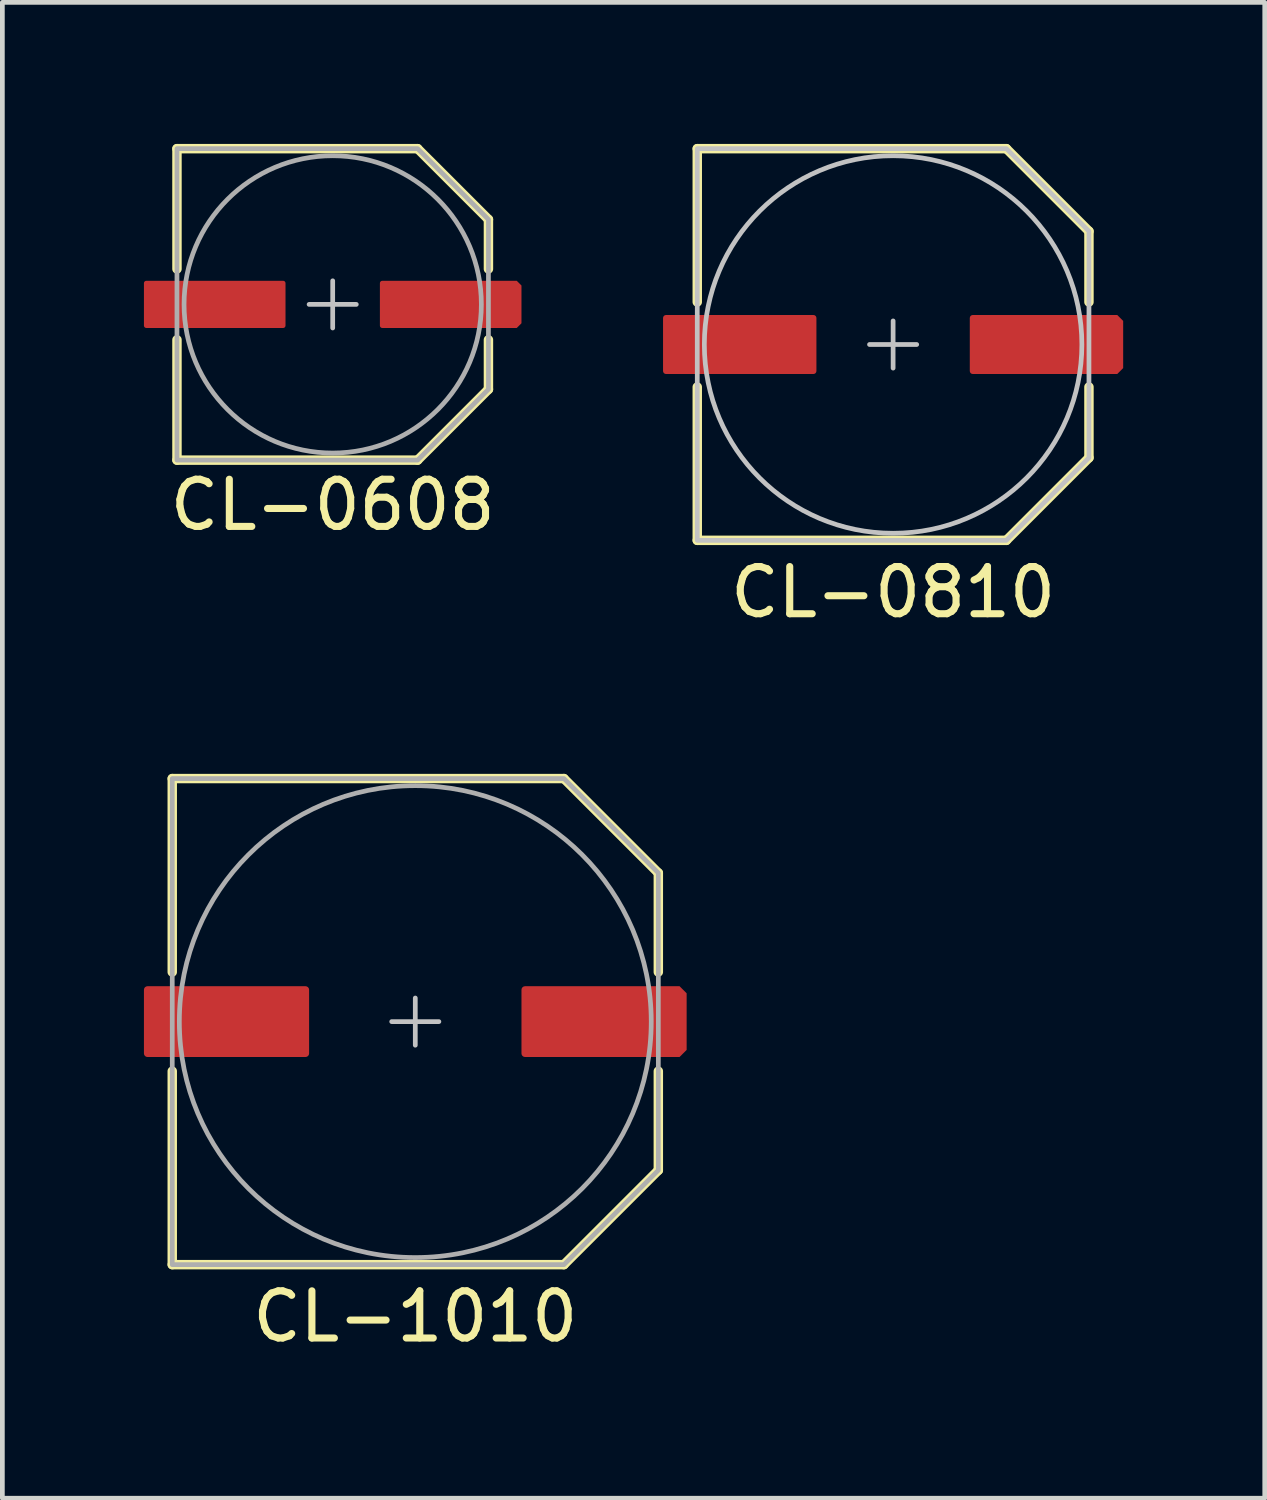
<source format=kicad_pcb>
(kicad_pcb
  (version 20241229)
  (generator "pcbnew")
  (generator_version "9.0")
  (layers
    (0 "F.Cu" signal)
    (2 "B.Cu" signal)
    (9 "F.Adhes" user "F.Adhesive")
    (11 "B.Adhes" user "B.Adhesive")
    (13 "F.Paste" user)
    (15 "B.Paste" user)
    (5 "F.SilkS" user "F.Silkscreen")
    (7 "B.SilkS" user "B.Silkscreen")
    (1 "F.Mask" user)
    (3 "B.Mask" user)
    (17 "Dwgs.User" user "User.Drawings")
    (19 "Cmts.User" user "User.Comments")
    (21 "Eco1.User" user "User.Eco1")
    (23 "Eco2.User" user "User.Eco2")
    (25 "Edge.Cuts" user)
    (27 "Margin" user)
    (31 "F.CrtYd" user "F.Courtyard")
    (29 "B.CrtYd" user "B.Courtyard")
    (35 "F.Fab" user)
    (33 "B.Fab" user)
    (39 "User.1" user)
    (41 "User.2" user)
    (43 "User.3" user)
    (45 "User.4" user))
  (footprint "CL-1010"
    (layer "F.Cu")
    (at 5.75 18.598)
    (property "Reference" "CL-1010" (at 0 6.25 0) (unlocked yes) (layer "F.SilkS") (effects (font (size 1 1) (thickness 0.15))))
    (attr smd)
    (fp_line (start -5.15 -5.15) (end 3.15 -5.15) (stroke (width 0.2) (type solid)) (layer "F.SilkS"))
    (fp_line (start -5.15 -1.05) (end -5.15 -5.15) (stroke (width 0.2) (type solid)) (layer "F.SilkS"))
    (fp_line (start -5.15 1.05) (end -5.15 5.15) (stroke (width 0.2) (type solid)) (layer "F.SilkS"))
    (fp_line (start -5.15 5.15) (end 3.15 5.15) (stroke (width 0.2) (type solid)) (layer "F.SilkS"))
    (fp_line (start 3.15 -5.15) (end 5.15 -3.15) (stroke (width 0.2) (type solid)) (layer "F.SilkS"))
    (fp_line (start 3.15 5.15) (end 5.15 3.15) (stroke (width 0.2) (type solid)) (layer "F.SilkS"))
    (fp_line (start 5.15 -3.15) (end 5.15 -1.05) (stroke (width 0.2) (type solid)) (layer "F.SilkS"))
    (fp_line (start 5.15 3.15) (end 5.15 1.05) (stroke (width 0.2) (type solid)) (layer "F.SilkS"))
    (fp_line (start -0.5 0) (end 0.5 0) (stroke (width 0.1) (type solid)) (layer "Dwgs.User"))
    (fp_line (start 0 -0.5) (end 0 0.5) (stroke (width 0.1) (type solid)) (layer "Dwgs.User"))
    (fp_circle (center 0 0) (end 5 0) (stroke (width 0.1) (type solid)) (fill no) (layer "F.Fab"))
    (fp_poly (pts (xy 5.15 -3.15) (xy 5.15 3.15) (xy 3.15 5.15) (xy -5.15 5.15) (xy -5.15 -5.15) (xy 3.15 -5.15)) (stroke (width 0.1) (type solid)) (fill no) (layer "F.Fab"))
    (pad "1" smd roundrect (at 4 0) (size 3.5 1.5) (layers "F.Cu" "F.Mask" "F.Paste") (roundrect_rratio 0.05) (chamfer_ratio 0.1) (chamfer top_right bottom_right))
    (pad "2" smd roundrect (at -4 0) (size 3.5 1.5) (layers "F.Cu" "F.Mask" "F.Paste") (roundrect_rratio 0.05)))
  (footprint "CL-0608"
    (layer "F.Cu")
    (at 4 3.4)
    (property "Reference" "CL-0608" (at 0 4.25 0) (unlocked yes) (layer "F.SilkS") (effects (font (size 1 1) (thickness 0.15))))
    (attr smd)
    (fp_line (start -3.3 -3.3) (end 1.8 -3.3) (stroke (width 0.2) (type solid)) (layer "F.SilkS"))
    (fp_line (start -3.3 -0.75) (end -3.3 -3.3) (stroke (width 0.2) (type solid)) (layer "F.SilkS"))
    (fp_line (start -3.3 0.75) (end -3.3 3.3) (stroke (width 0.2) (type solid)) (layer "F.SilkS"))
    (fp_line (start -3.3 3.3) (end 1.8 3.3) (stroke (width 0.2) (type solid)) (layer "F.SilkS"))
    (fp_line (start 1.8 -3.3) (end 3.3 -1.8) (stroke (width 0.2) (type solid)) (layer "F.SilkS"))
    (fp_line (start 1.8 3.3) (end 3.3 1.8) (stroke (width 0.2) (type solid)) (layer "F.SilkS"))
    (fp_line (start 3.3 -1.8) (end 3.3 -0.75) (stroke (width 0.2) (type solid)) (layer "F.SilkS"))
    (fp_line (start 3.3 1.8) (end 3.3 0.75) (stroke (width 0.2) (type solid)) (layer "F.SilkS"))
    (fp_line (start -0.5 0) (end 0.5 0) (stroke (width 0.1) (type solid)) (layer "Dwgs.User"))
    (fp_line (start 0 -0.5) (end 0 0.5) (stroke (width 0.1) (type solid)) (layer "Dwgs.User"))
    (fp_circle (center 0 0) (end 3.15 0) (stroke (width 0.1) (type solid)) (fill no) (layer "F.Fab"))
    (fp_poly (pts (xy 3.3 -1.8) (xy 3.3 1.8) (xy 1.8 3.3) (xy -3.3 3.3) (xy -3.3 -3.3) (xy 1.8 -3.3)) (stroke (width 0.1) (type solid)) (fill no) (layer "F.Fab"))
    (pad "1" smd roundrect (at 2.5 0) (size 3 1) (layers "F.Cu" "F.Mask" "F.Paste") (roundrect_rratio 0.05) (chamfer_ratio 0.1) (chamfer top_right bottom_right))
    (pad "2" smd roundrect (at -2.5 0) (size 3 1) (layers "F.Cu" "F.Mask" "F.Paste") (roundrect_rratio 0.05)))
  (footprint "CL-0810"
    (layer "F.Cu")
    (at 15.875 4.25)
    (property "Reference" "CL-0810" (at 0 5.25 0) (unlocked yes) (layer "F.SilkS") (effects (font (size 1 1) (thickness 0.15))))
    (attr smd)
    (fp_line (start -4.15 -4.15) (end 2.4 -4.15) (stroke (width 0.2) (type solid)) (layer "F.SilkS"))
    (fp_line (start -4.15 -0.9) (end -4.15 -4.15) (stroke (width 0.2) (type solid)) (layer "F.SilkS"))
    (fp_line (start -4.15 0.9) (end -4.15 4.15) (stroke (width 0.2) (type solid)) (layer "F.SilkS"))
    (fp_line (start -4.15 4.15) (end 2.4 4.15) (stroke (width 0.2) (type solid)) (layer "F.SilkS"))
    (fp_line (start 2.4 -4.15) (end 4.15 -2.4) (stroke (width 0.2) (type solid)) (layer "F.SilkS"))
    (fp_line (start 2.4 4.15) (end 4.15 2.4) (stroke (width 0.2) (type solid)) (layer "F.SilkS"))
    (fp_line (start 4.15 -2.4) (end 4.15 -0.9) (stroke (width 0.2) (type solid)) (layer "F.SilkS"))
    (fp_line (start 4.15 2.4) (end 4.15 0.9) (stroke (width 0.2) (type solid)) (layer "F.SilkS"))
    (fp_line (start -0.5 0) (end 0.5 0) (stroke (width 0.1) (type solid)) (layer "Dwgs.User"))
    (fp_line (start 0 -0.5) (end 0 0.5) (stroke (width 0.1) (type solid)) (layer "Dwgs.User"))
    (fp_circle (center 0 0) (end 4 0) (stroke (width 0.1) (type solid)) (fill no) (layer "Dwgs.User"))
    (fp_poly (pts (xy 4.15 -2.4) (xy 4.15 2.4) (xy 2.4 4.15) (xy -4.15 4.15) (xy -4.15 -4.15) (xy 2.4 -4.15)) (stroke (width 0.1) (type solid)) (fill no) (layer "Dwgs.User"))
    (pad "1" smd roundrect (at 3.25 0) (size 3.25 1.25) (layers "F.Cu" "F.Mask" "F.Paste") (roundrect_rratio 0.05) (chamfer_ratio 0.1) (chamfer top_right bottom_right))
    (pad "2" smd roundrect (at -3.25 0) (size 3.25 1.25) (layers "F.Cu" "F.Mask" "F.Paste") (roundrect_rratio 0.05)))
  (gr_rect
    (start -3 -3)
    (end 23.75 28.697)
    (stroke (width 0.1) (type default))
    (fill no)
    (layer "Edge.Cuts")))
</source>
